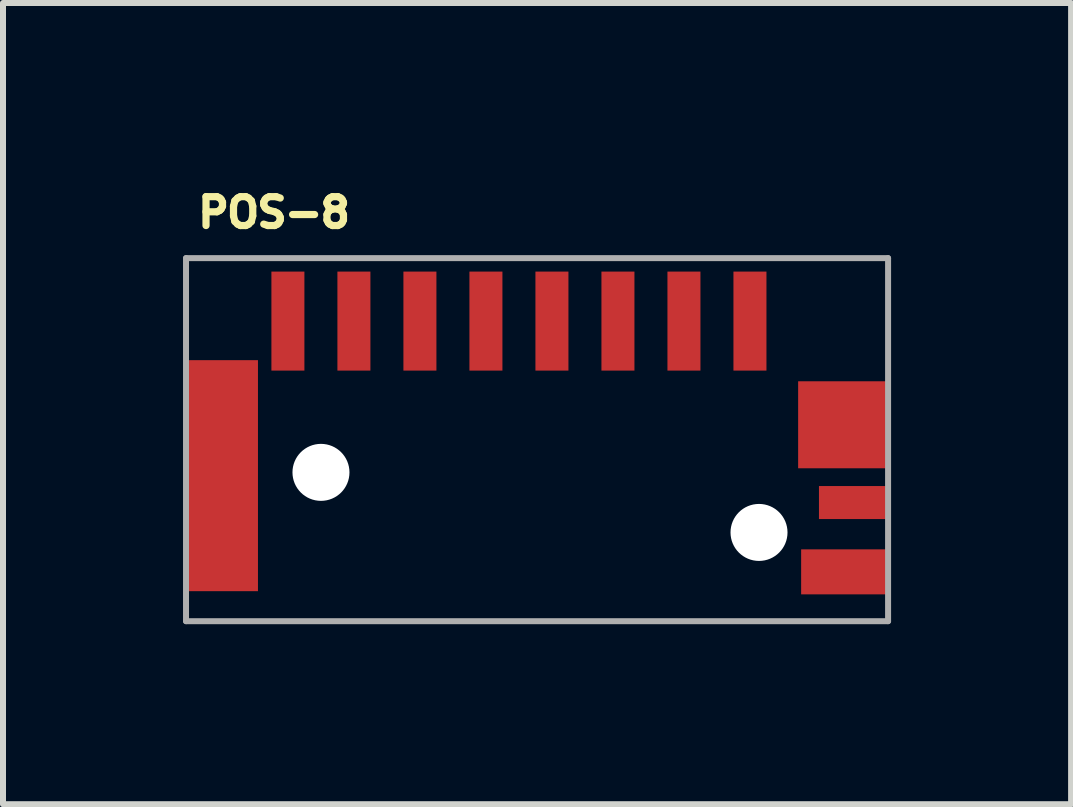
<source format=kicad_pcb>
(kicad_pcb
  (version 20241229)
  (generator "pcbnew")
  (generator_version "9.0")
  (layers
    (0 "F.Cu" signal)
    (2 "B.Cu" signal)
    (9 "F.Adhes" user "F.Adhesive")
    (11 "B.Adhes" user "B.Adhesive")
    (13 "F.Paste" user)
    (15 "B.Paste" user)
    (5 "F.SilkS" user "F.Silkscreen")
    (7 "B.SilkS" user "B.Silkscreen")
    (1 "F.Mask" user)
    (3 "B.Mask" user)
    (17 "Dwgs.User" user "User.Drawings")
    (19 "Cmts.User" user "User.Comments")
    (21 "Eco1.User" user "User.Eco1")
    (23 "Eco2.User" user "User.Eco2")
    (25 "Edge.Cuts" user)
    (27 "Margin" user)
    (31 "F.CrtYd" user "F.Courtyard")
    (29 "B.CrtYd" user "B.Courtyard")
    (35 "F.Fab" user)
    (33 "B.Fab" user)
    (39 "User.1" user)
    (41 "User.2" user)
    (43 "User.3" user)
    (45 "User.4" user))
  (footprint "POS-8"
    (layer "F.Cu")
    (at 5.901 2.3)
    (property "Reference" "POS-8" (at -4.384 -1.808 0) (layer "F.SilkS") (effects (font (size 0.481 0.481) (thickness 0.15))))
    (attr through_hole)
    (fp_line (start -5.851 -1.048) (end -5.851 5.002) (stroke (width 0.1) (type solid)) (layer "F.Fab"))
    (fp_line (start -5.851 5.002) (end 5.849 5.002) (stroke (width 0.1) (type solid)) (layer "F.Fab"))
    (fp_line (start 5.849 -1.048) (end -5.851 -1.048) (stroke (width 0.1) (type solid)) (layer "F.Fab"))
    (fp_line (start 5.849 5.002) (end 5.849 -1.048) (stroke (width 0.1) (type solid)) (layer "F.Fab"))
    (pad "" np_thru_hole circle (at -3.602 2.522) (size 0.95 0.95) (drill 0.95) (layers "*.Cu" "*.Mask"))
    (pad "" np_thru_hole circle (at 3.698 3.523) (size 0.95 0.95) (drill 0.95) (layers "*.Cu" "*.Mask"))
    (pad "G1" smd rect (at -5.252 2.577 90) (size 3.85 1.2) (layers "F.Cu" "F.Mask" "F.Paste"))
    (pad "G2" smd rect (at 5.1 1.729) (size 1.5 1.45) (layers "F.Cu" "F.Mask" "F.Paste"))
    (pad "G3" smd rect (at 5.272 3.025) (size 1.15 0.55) (layers "F.Cu" "F.Mask" "F.Paste"))
    (pad "G4" smd rect (at 5.125 4.18) (size 1.45 0.75) (layers "F.Cu" "F.Mask" "F.Paste"))
    (pad "P1" smd rect (at 3.547 0.001 270) (size 1.65 0.55) (layers "F.Cu" "F.Mask" "F.Paste"))
    (pad "P2" smd rect (at 2.447 0.001 270) (size 1.65 0.55) (layers "F.Cu" "F.Mask" "F.Paste"))
    (pad "P3" smd rect (at 1.347 0.001 270) (size 1.65 0.55) (layers "F.Cu" "F.Mask" "F.Paste"))
    (pad "P4" smd rect (at 0.247 0.001 270) (size 1.65 0.55) (layers "F.Cu" "F.Mask" "F.Paste"))
    (pad "P5" smd rect (at -0.853 0.001 270) (size 1.65 0.55) (layers "F.Cu" "F.Mask" "F.Paste"))
    (pad "P6" smd rect (at -1.953 0.001 270) (size 1.65 0.55) (layers "F.Cu" "F.Mask" "F.Paste"))
    (pad "P7" smd rect (at -3.053 0.001 270) (size 1.65 0.55) (layers "F.Cu" "F.Mask" "F.Paste"))
    (pad "P8" smd rect (at -4.153 0.001 270) (size 1.65 0.55) (layers "F.Cu" "F.Mask" "F.Paste")))
  (gr_rect
    (start -3 -3)
    (end 14.8 10.352)
    (stroke (width 0.1) (type default))
    (fill no)
    (layer "Edge.Cuts")))
</source>
